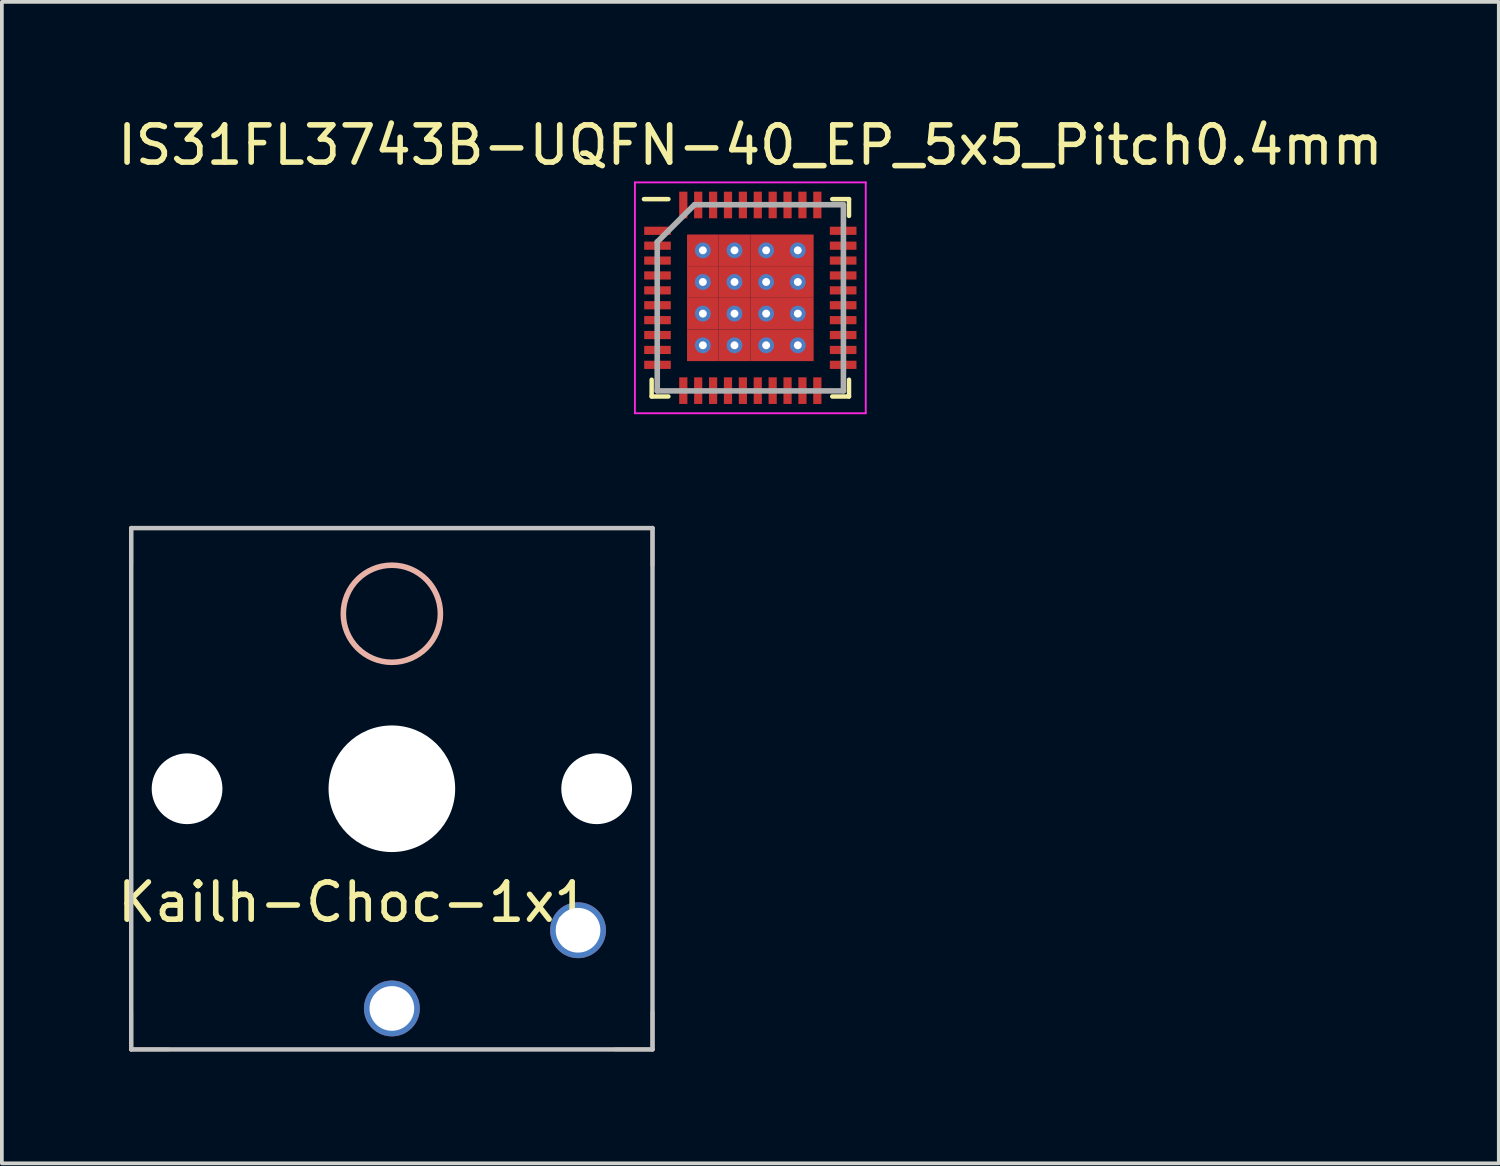
<source format=kicad_pcb>
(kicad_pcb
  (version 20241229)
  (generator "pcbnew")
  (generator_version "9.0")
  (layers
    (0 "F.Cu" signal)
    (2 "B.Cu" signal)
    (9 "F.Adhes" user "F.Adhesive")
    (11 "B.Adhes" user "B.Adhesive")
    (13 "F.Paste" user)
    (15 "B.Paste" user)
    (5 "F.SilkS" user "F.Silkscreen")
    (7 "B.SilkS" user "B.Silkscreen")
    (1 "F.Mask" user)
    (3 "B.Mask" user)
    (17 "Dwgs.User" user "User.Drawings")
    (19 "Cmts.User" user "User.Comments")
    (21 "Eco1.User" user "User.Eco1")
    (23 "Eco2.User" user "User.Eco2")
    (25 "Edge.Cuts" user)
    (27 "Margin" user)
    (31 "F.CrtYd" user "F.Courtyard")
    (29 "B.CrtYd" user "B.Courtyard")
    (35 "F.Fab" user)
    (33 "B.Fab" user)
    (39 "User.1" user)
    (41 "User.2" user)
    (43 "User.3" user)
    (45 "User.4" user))
  (footprint "Kailh-Choc-1x1"
    (layer "F.Cu")
    (at 7.474 18.133)
    (property "Reference" "Kailh-Choc-1x1" (at -1.016 3.048 0) (layer "F.SilkS") (effects (font (size 1 1) (thickness 0.15))))
    (attr smd)
    (fp_line (start -7 -7) (end -7 -6) (stroke (width 0.1) (type solid)) (layer "B.SilkS"))
    (fp_line (start -7 6) (end -7 7) (stroke (width 0.1) (type solid)) (layer "B.SilkS"))
    (fp_line (start -7 7) (end -6 7) (stroke (width 0.1) (type solid)) (layer "B.SilkS"))
    (fp_line (start -6 -7) (end -7 -7) (stroke (width 0.1) (type solid)) (layer "B.SilkS"))
    (fp_line (start 6 7) (end 7 7) (stroke (width 0.1) (type solid)) (layer "B.SilkS"))
    (fp_line (start 7 -7) (end 6 -7) (stroke (width 0.1) (type solid)) (layer "B.SilkS"))
    (fp_line (start 7 -6) (end 7 -7) (stroke (width 0.1) (type solid)) (layer "B.SilkS"))
    (fp_line (start 7 7) (end 7 6) (stroke (width 0.1) (type solid)) (layer "B.SilkS"))
    (fp_circle (center 0 -4.7) (end -0.7 -3.6) (stroke (width 0.15) (type solid)) (fill no) (layer "B.SilkS"))
    (fp_line (start -7 -7) (end 7 -7) (stroke (width 0.12) (type solid)) (layer "Dwgs.User"))
    (fp_line (start -7 7) (end -7 -7) (stroke (width 0.12) (type solid)) (layer "Dwgs.User"))
    (fp_line (start 7 -7) (end 7 7) (stroke (width 0.12) (type solid)) (layer "Dwgs.User"))
    (fp_line (start 7 7) (end -7 7) (stroke (width 0.12) (type solid)) (layer "Dwgs.User"))
    (pad "" np_thru_hole circle (at -5.5 0) (size 1.9 1.9) (drill 1.9) (layers "*.Cu" "*.Mask"))
    (pad "" np_thru_hole circle (at 0 0) (size 3.4 3.4) (drill 3.4) (layers "*.Cu" "*.Mask"))
    (pad "" np_thru_hole circle (at 5.5 0) (size 1.9 1.9) (drill 1.9) (layers "*.Cu" "*.Mask"))
    (pad "1" thru_hole circle (at 5 3.8 180) (size 1.5 1.5) (drill 1.2) (layers "*.Cu" "*.Mask"))
    (pad "2" thru_hole circle (at 0 5.9 180) (size 1.5 1.5) (drill 1.2) (layers "*.Cu" "*.Mask")))
  (footprint "IS31FL3743B-UQFN-40_EP_5x5_Pitch0.4mm"
    (layer "F.Cu")
    (at 17.101 4.948)
    (property "Reference" "IS31FL3743B-UQFN-40_EP_5x5_Pitch0.4mm" (at 0 -4.1 0) (layer "F.SilkS") (effects (font (size 1 1) (thickness 0.15))))
    (attr smd)
    (fp_line (start -2.65 2.65) (end -2.65 2.2) (stroke (width 0.12) (type solid)) (layer "F.SilkS"))
    (fp_line (start -2.2 -2.65) (end -2.857 -2.65) (stroke (width 0.12) (type solid)) (layer "F.SilkS"))
    (fp_line (start -2.2 2.65) (end -2.65 2.65) (stroke (width 0.12) (type solid)) (layer "F.SilkS"))
    (fp_line (start 2.2 -2.65) (end 2.65 -2.65) (stroke (width 0.12) (type solid)) (layer "F.SilkS"))
    (fp_line (start 2.2 2.65) (end 2.65 2.65) (stroke (width 0.12) (type solid)) (layer "F.SilkS"))
    (fp_line (start 2.65 -2.65) (end 2.65 -2.2) (stroke (width 0.12) (type solid)) (layer "F.SilkS"))
    (fp_line (start 2.65 2.65) (end 2.65 2.2) (stroke (width 0.12) (type solid)) (layer "F.SilkS"))
    (fp_line (start -3.1 -3.1) (end 3.1 -3.1) (stroke (width 0.05) (type solid)) (layer "F.CrtYd"))
    (fp_line (start -3.1 3.1) (end -3.1 -3.1) (stroke (width 0.05) (type solid)) (layer "F.CrtYd"))
    (fp_line (start 3.1 -3.1) (end 3.1 3.1) (stroke (width 0.05) (type solid)) (layer "F.CrtYd"))
    (fp_line (start 3.1 3.1) (end -3.1 3.1) (stroke (width 0.05) (type solid)) (layer "F.CrtYd"))
    (fp_line (start -2.5 -1.5) (end -2.5 2.5) (stroke (width 0.15) (type solid)) (layer "F.Fab"))
    (fp_line (start -2.5 2.5) (end 2.5 2.5) (stroke (width 0.15) (type solid)) (layer "F.Fab"))
    (fp_line (start -1.5 -2.5) (end -2.5 -1.5) (stroke (width 0.15) (type solid)) (layer "F.Fab"))
    (fp_line (start 2.5 -2.5) (end -1.5 -2.5) (stroke (width 0.15) (type solid)) (layer "F.Fab"))
    (fp_line (start 2.5 2.5) (end 2.5 -2.5) (stroke (width 0.15) (type solid)) (layer "F.Fab"))
    (pad "1" smd rect (at -2.493 -1.8 90) (size 0.22 0.715) (layers "F.Cu" "F.Mask" "F.Paste"))
    (pad "2" smd rect (at -2.493 -1.4 90) (size 0.22 0.715) (layers "F.Cu" "F.Mask" "F.Paste"))
    (pad "3" smd rect (at -2.493 -1 90) (size 0.22 0.715) (layers "F.Cu" "F.Mask" "F.Paste"))
    (pad "4" smd rect (at -2.493 -0.6 90) (size 0.22 0.715) (layers "F.Cu" "F.Mask" "F.Paste"))
    (pad "5" smd rect (at -2.493 -0.2 90) (size 0.22 0.715) (layers "F.Cu" "F.Mask" "F.Paste"))
    (pad "6" smd rect (at -2.493 0.2 90) (size 0.22 0.715) (layers "F.Cu" "F.Mask" "F.Paste"))
    (pad "7" smd rect (at -2.493 0.6 90) (size 0.22 0.715) (layers "F.Cu" "F.Mask" "F.Paste"))
    (pad "8" smd rect (at -2.493 1 90) (size 0.22 0.715) (layers "F.Cu" "F.Mask" "F.Paste"))
    (pad "9" smd rect (at -2.493 1.4 90) (size 0.22 0.715) (layers "F.Cu" "F.Mask" "F.Paste"))
    (pad "10" smd rect (at -2.493 1.8 90) (size 0.22 0.715) (layers "F.Cu" "F.Mask" "F.Paste"))
    (pad "11" smd rect (at -1.8 2.493) (size 0.22 0.715) (layers "F.Cu" "F.Mask" "F.Paste"))
    (pad "12" smd rect (at -1.4 2.493) (size 0.22 0.715) (layers "F.Cu" "F.Mask" "F.Paste"))
    (pad "13" smd rect (at -1 2.493) (size 0.22 0.715) (layers "F.Cu" "F.Mask" "F.Paste"))
    (pad "14" smd rect (at -0.6 2.493) (size 0.22 0.715) (layers "F.Cu" "F.Mask" "F.Paste"))
    (pad "15" smd rect (at -0.2 2.493) (size 0.22 0.715) (layers "F.Cu" "F.Mask" "F.Paste"))
    (pad "16" smd rect (at 0.2 2.493) (size 0.22 0.715) (layers "F.Cu" "F.Mask" "F.Paste"))
    (pad "17" smd rect (at 0.6 2.493) (size 0.22 0.715) (layers "F.Cu" "F.Mask" "F.Paste"))
    (pad "18" smd rect (at 1 2.493) (size 0.22 0.715) (layers "F.Cu" "F.Mask" "F.Paste"))
    (pad "19" smd rect (at 1.4 2.493) (size 0.22 0.715) (layers "F.Cu" "F.Mask" "F.Paste"))
    (pad "20" smd rect (at 1.8 2.493) (size 0.22 0.715) (layers "F.Cu" "F.Mask" "F.Paste"))
    (pad "21" smd rect (at 2.493 1.8 90) (size 0.22 0.715) (layers "F.Cu" "F.Mask" "F.Paste"))
    (pad "22" smd rect (at 2.493 1.4 90) (size 0.22 0.715) (layers "F.Cu" "F.Mask" "F.Paste"))
    (pad "23" smd rect (at 2.493 1 90) (size 0.22 0.715) (layers "F.Cu" "F.Mask" "F.Paste"))
    (pad "24" smd rect (at 2.493 0.6 90) (size 0.22 0.715) (layers "F.Cu" "F.Mask" "F.Paste"))
    (pad "25" smd rect (at 2.493 0.2 90) (size 0.22 0.715) (layers "F.Cu" "F.Mask" "F.Paste"))
    (pad "26" smd rect (at 2.493 -0.2 90) (size 0.22 0.715) (layers "F.Cu" "F.Mask" "F.Paste"))
    (pad "27" smd rect (at 2.493 -0.6 90) (size 0.22 0.715) (layers "F.Cu" "F.Mask" "F.Paste"))
    (pad "28" smd rect (at 2.493 -1 90) (size 0.22 0.715) (layers "F.Cu" "F.Mask" "F.Paste"))
    (pad "29" smd rect (at 2.493 -1.4 90) (size 0.22 0.715) (layers "F.Cu" "F.Mask" "F.Paste"))
    (pad "30" smd rect (at 2.493 -1.8 90) (size 0.22 0.715) (layers "F.Cu" "F.Mask" "F.Paste"))
    (pad "31" smd rect (at 1.8 -2.493) (size 0.22 0.715) (layers "F.Cu" "F.Mask" "F.Paste"))
    (pad "32" smd rect (at 1.4 -2.493) (size 0.22 0.715) (layers "F.Cu" "F.Mask" "F.Paste"))
    (pad "33" smd rect (at 1 -2.493) (size 0.22 0.715) (layers "F.Cu" "F.Mask" "F.Paste"))
    (pad "34" smd rect (at 0.6 -2.493) (size 0.22 0.715) (layers "F.Cu" "F.Mask" "F.Paste"))
    (pad "35" smd rect (at 0.2 -2.493) (size 0.22 0.715) (layers "F.Cu" "F.Mask" "F.Paste"))
    (pad "36" smd rect (at -0.2 -2.493) (size 0.22 0.715) (layers "F.Cu" "F.Mask" "F.Paste"))
    (pad "37" smd rect (at -0.6 -2.493) (size 0.22 0.715) (layers "F.Cu" "F.Mask" "F.Paste"))
    (pad "38" smd rect (at -1 -2.493) (size 0.22 0.715) (layers "F.Cu" "F.Mask" "F.Paste"))
    (pad "39" smd rect (at -1.4 -2.493) (size 0.22 0.715) (layers "F.Cu" "F.Mask" "F.Paste"))
    (pad "40" smd rect (at -1.8 -2.493) (size 0.22 0.715) (layers "F.Cu" "F.Mask" "F.Paste"))
    (pad "41" thru_hole circle (at -1.275 -1.275) (size 0.425 0.425) (drill 0.212) (layers "*.Cu" "*.Mask"))
    (pad "41" smd rect (at -1.275 -1.275) (size 0.85 0.85) (layers "F.Cu" "F.Mask" "F.Paste"))
    (pad "41" thru_hole circle (at -1.275 -0.425) (size 0.425 0.425) (drill 0.212) (layers "*.Cu" "*.Mask"))
    (pad "41" smd rect (at -1.275 -0.425) (size 0.85 0.85) (layers "F.Cu" "F.Mask" "F.Paste"))
    (pad "41" thru_hole circle (at -1.275 0.425) (size 0.425 0.425) (drill 0.212) (layers "*.Cu" "*.Mask"))
    (pad "41" smd rect (at -1.275 0.425) (size 0.85 0.85) (layers "F.Cu" "F.Mask" "F.Paste"))
    (pad "41" thru_hole circle (at -1.275 1.275) (size 0.425 0.425) (drill 0.212) (layers "*.Cu" "*.Mask"))
    (pad "41" smd rect (at -1.275 1.275) (size 0.85 0.85) (layers "F.Cu" "F.Mask" "F.Paste"))
    (pad "41" thru_hole circle (at -0.425 -1.275) (size 0.425 0.425) (drill 0.212) (layers "*.Cu" "*.Mask"))
    (pad "41" smd rect (at -0.425 -1.275) (size 0.85 0.85) (layers "F.Cu" "F.Mask" "F.Paste"))
    (pad "41" thru_hole circle (at -0.425 -0.425) (size 0.425 0.425) (drill 0.212) (layers "*.Cu" "*.Mask"))
    (pad "41" smd rect (at -0.425 -0.425) (size 0.85 0.85) (layers "F.Cu" "F.Mask" "F.Paste"))
    (pad "41" thru_hole circle (at -0.425 0.425) (size 0.425 0.425) (drill 0.212) (layers "*.Cu" "*.Mask"))
    (pad "41" smd rect (at -0.425 0.425) (size 0.85 0.85) (layers "F.Cu" "F.Mask" "F.Paste"))
    (pad "41" thru_hole circle (at -0.425 1.275) (size 0.425 0.425) (drill 0.212) (layers "*.Cu" "*.Mask"))
    (pad "41" smd rect (at -0.425 1.275) (size 0.85 0.85) (layers "F.Cu" "F.Mask" "F.Paste"))
    (pad "41" thru_hole circle (at 0.425 -1.275) (size 0.425 0.425) (drill 0.212) (layers "*.Cu" "*.Mask"))
    (pad "41" smd rect (at 0.425 -1.275) (size 0.85 0.85) (layers "F.Cu" "F.Mask" "F.Paste"))
    (pad "41" thru_hole circle (at 0.425 -0.425) (size 0.425 0.425) (drill 0.212) (layers "*.Cu" "*.Mask"))
    (pad "41" smd rect (at 0.425 -0.425) (size 0.85 0.85) (layers "F.Cu" "F.Mask" "F.Paste"))
    (pad "41" thru_hole circle (at 0.425 0.425) (size 0.425 0.425) (drill 0.212) (layers "*.Cu" "*.Mask"))
    (pad "41" smd rect (at 0.425 0.425) (size 0.85 0.85) (layers "F.Cu" "F.Mask" "F.Paste"))
    (pad "41" thru_hole circle (at 0.425 1.275) (size 0.425 0.425) (drill 0.212) (layers "*.Cu" "*.Mask"))
    (pad "41" smd rect (at 0.425 1.275) (size 0.85 0.85) (layers "F.Cu" "F.Mask" "F.Paste"))
    (pad "41" thru_hole circle (at 1.275 -1.275) (size 0.425 0.425) (drill 0.212) (layers "*.Cu" "*.Mask"))
    (pad "41" smd rect (at 1.275 -1.275) (size 0.85 0.85) (layers "F.Cu" "F.Mask" "F.Paste"))
    (pad "41" thru_hole circle (at 1.275 -0.425) (size 0.425 0.425) (drill 0.212) (layers "*.Cu" "*.Mask"))
    (pad "41" smd rect (at 1.275 -0.425) (size 0.85 0.85) (layers "F.Cu" "F.Mask" "F.Paste"))
    (pad "41" thru_hole circle (at 1.275 0.425) (size 0.425 0.425) (drill 0.212) (layers "*.Cu" "*.Mask"))
    (pad "41" smd rect (at 1.275 0.425) (size 0.85 0.85) (layers "F.Cu" "F.Mask" "F.Paste"))
    (pad "41" thru_hole circle (at 1.275 1.275) (size 0.425 0.425) (drill 0.212) (layers "*.Cu" "*.Mask"))
    (pad "41" smd rect (at 1.275 1.275) (size 0.85 0.85) (layers "F.Cu" "F.Mask" "F.Paste")))
  (gr_rect
    (start -3 -3)
    (end 37.202 28.193)
    (stroke (width 0.1) (type default))
    (fill no)
    (layer "Edge.Cuts")))
</source>
